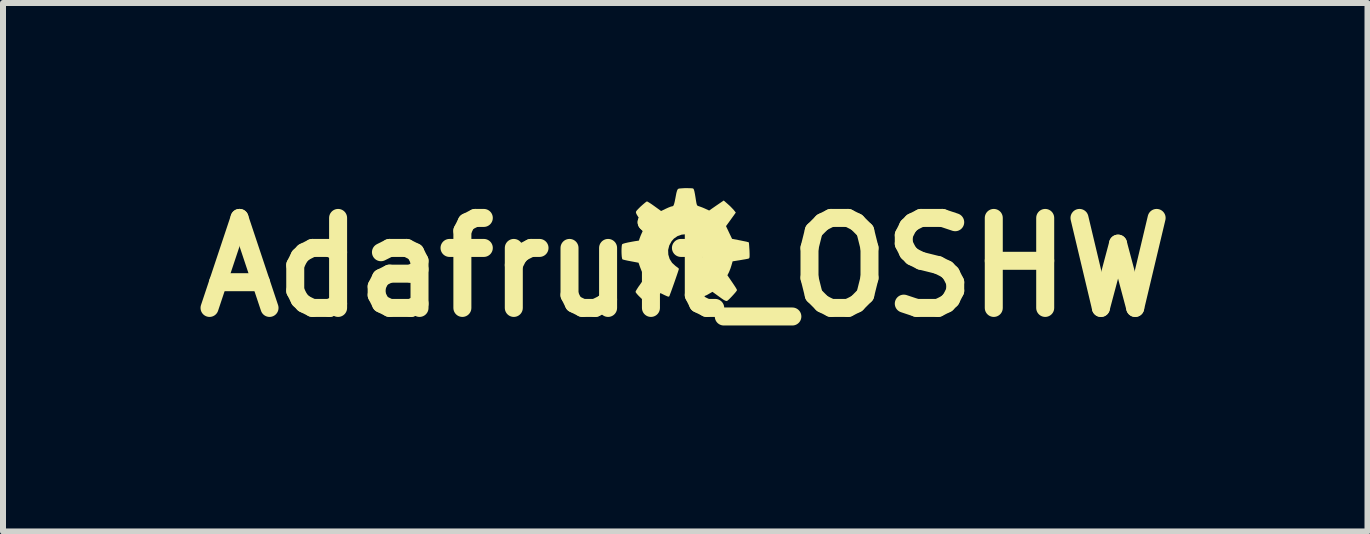
<source format=kicad_pcb>
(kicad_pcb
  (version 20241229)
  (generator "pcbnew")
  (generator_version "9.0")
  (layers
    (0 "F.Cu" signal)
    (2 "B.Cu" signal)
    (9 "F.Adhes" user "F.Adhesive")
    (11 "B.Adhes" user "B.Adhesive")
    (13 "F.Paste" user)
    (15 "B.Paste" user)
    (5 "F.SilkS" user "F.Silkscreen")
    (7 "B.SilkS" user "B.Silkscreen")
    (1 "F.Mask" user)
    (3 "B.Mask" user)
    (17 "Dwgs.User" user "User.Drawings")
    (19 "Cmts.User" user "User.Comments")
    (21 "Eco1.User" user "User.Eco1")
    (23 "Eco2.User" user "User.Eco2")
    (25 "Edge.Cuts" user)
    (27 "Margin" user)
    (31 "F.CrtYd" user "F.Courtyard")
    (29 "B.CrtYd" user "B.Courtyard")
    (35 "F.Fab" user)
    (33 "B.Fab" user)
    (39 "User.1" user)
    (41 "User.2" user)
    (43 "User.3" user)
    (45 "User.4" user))
  (footprint "Adafruit_OSHW"
    (layer "F.Cu")
    (at 8.371 1.404)
    (property "Reference" "Adafruit_OSHW" (at 0 0 0) (layer "F.SilkS") (effects (font (size 1.5 1.5) (thickness 0.3))))
    (attr board_only exclude_from_pos_files exclude_from_bom)
    (fp_poly (pts (xy 0.084 -1.317) (xy 0.118 -1.315) (xy 0.132 -1.312) (xy 0.142 -1.3) (xy 0.152 -1.269) (xy 0.162 -1.219) (xy 0.171 -1.165) (xy 0.18 -1.107) (xy 0.187 -1.067) (xy 0.194 -1.042) (xy 0.202 -1.028) (xy 0.213 -1.021) (xy 0.221 -1.019) (xy 0.247 -1.01) (xy 0.285 -0.996) (xy 0.325 -0.979) (xy 0.399 -0.945) (xy 0.52 -1.029) (xy 0.642 -1.112) (xy 0.708 -1.054) (xy 0.747 -1.019) (xy 0.783 -0.982) (xy 0.809 -0.954) (xy 0.843 -0.911) (xy 0.762 -0.798) (xy 0.68 -0.685) (xy 0.73 -0.579) (xy 0.781 -0.473) (xy 0.917 -0.447) (xy 0.97 -0.436) (xy 1.015 -0.427) (xy 1.046 -0.419) (xy 1.059 -0.415) (xy 1.062 -0.402) (xy 1.065 -0.37) (xy 1.068 -0.325) (xy 1.071 -0.281) (xy 1.073 -0.223) (xy 1.073 -0.185) (xy 1.071 -0.162) (xy 1.065 -0.15) (xy 1.058 -0.145) (xy 1.039 -0.14) (xy 1.003 -0.133) (xy 0.955 -0.125) (xy 0.915 -0.118) (xy 0.79 -0.098) (xy 0.77 -0.029) (xy 0.755 0.018) (xy 0.737 0.064) (xy 0.727 0.087) (xy 0.703 0.134) (xy 0.783 0.251) (xy 0.814 0.297) (xy 0.84 0.337) (xy 0.857 0.366) (xy 0.863 0.381) (xy 0.863 0.381) (xy 0.856 0.395) (xy 0.836 0.421) (xy 0.807 0.454) (xy 0.775 0.489) (xy 0.744 0.521) (xy 0.717 0.547) (xy 0.699 0.561) (xy 0.686 0.563) (xy 0.668 0.558) (xy 0.641 0.544) (xy 0.603 0.518) (xy 0.566 0.491) (xy 0.454 0.41) (xy 0.397 0.443) (xy 0.362 0.463) (xy 0.332 0.476) (xy 0.32 0.481) (xy 0.312 0.477) (xy 0.301 0.464) (xy 0.287 0.437) (xy 0.268 0.396) (xy 0.244 0.337) (xy 0.213 0.258) (xy 0.21 0.251) (xy 0.119 0.018) (xy 0.167 -0.014) (xy 0.22 -0.061) (xy 0.263 -0.122) (xy 0.292 -0.189) (xy 0.303 -0.256) (xy 0.303 -0.257) (xy 0.3 -0.286) (xy 0.292 -0.326) (xy 0.286 -0.345) (xy 0.254 -0.416) (xy 0.207 -0.472) (xy 0.148 -0.514) (xy 0.082 -0.54) (xy 0.011 -0.55) (xy -0.06 -0.543) (xy -0.128 -0.519) (xy -0.189 -0.477) (xy -0.227 -0.434) (xy -0.266 -0.363) (xy -0.285 -0.287) (xy -0.282 -0.211) (xy -0.26 -0.138) (xy -0.219 -0.073) (xy -0.16 -0.019) (xy -0.157 -0.017) (xy -0.128 0.004) (xy -0.109 0.021) (xy -0.105 0.027) (xy -0.109 0.04) (xy -0.119 0.072) (xy -0.134 0.117) (xy -0.153 0.172) (xy -0.174 0.233) (xy -0.196 0.295) (xy -0.217 0.354) (xy -0.236 0.407) (xy -0.252 0.449) (xy -0.262 0.477) (xy -0.266 0.485) (xy -0.276 0.491) (xy -0.297 0.486) (xy -0.333 0.47) (xy -0.342 0.466) (xy -0.411 0.432) (xy -0.518 0.505) (xy -0.562 0.536) (xy -0.6 0.562) (xy -0.627 0.58) (xy -0.638 0.587) (xy -0.653 0.584) (xy -0.682 0.564) (xy -0.721 0.53) (xy -0.74 0.512) (xy -0.777 0.476) (xy -0.806 0.444) (xy -0.824 0.42) (xy -0.828 0.411) (xy -0.822 0.394) (xy -0.804 0.364) (xy -0.779 0.325) (xy -0.76 0.299) (xy -0.731 0.257) (xy -0.705 0.221) (xy -0.689 0.197) (xy -0.684 0.189) (xy -0.684 0.172) (xy -0.693 0.141) (xy -0.707 0.108) (xy -0.728 0.06) (xy -0.748 0.01) (xy -0.758 -0.017) (xy -0.778 -0.075) (xy -0.905 -0.099) (xy -0.958 -0.109) (xy -1.003 -0.119) (xy -1.035 -0.127) (xy -1.047 -0.132) (xy -1.053 -0.147) (xy -1.058 -0.179) (xy -1.061 -0.223) (xy -1.062 -0.27) (xy -1.061 -0.317) (xy -1.058 -0.355) (xy -1.053 -0.38) (xy -1.051 -0.383) (xy -1.037 -0.391) (xy -1.004 -0.401) (xy -0.957 -0.412) (xy -0.9 -0.423) (xy -0.839 -0.434) (xy -0.777 -0.443) (xy -0.774 -0.443) (xy -0.769 -0.453) (xy -0.761 -0.478) (xy -0.758 -0.487) (xy -0.745 -0.521) (xy -0.726 -0.565) (xy -0.708 -0.604) (xy -0.673 -0.676) (xy -0.752 -0.792) (xy -0.786 -0.842) (xy -0.808 -0.878) (xy -0.819 -0.902) (xy -0.822 -0.918) (xy -0.818 -0.931) (xy -0.804 -0.95) (xy -0.778 -0.977) (xy -0.745 -1.01) (xy -0.709 -1.042) (xy -0.676 -1.07) (xy -0.651 -1.09) (xy -0.637 -1.097) (xy -0.623 -1.09) (xy -0.594 -1.073) (xy -0.555 -1.047) (xy -0.513 -1.017) (xy -0.402 -0.937) (xy -0.321 -0.976) (xy -0.279 -0.995) (xy -0.243 -1.009) (xy -0.221 -1.015) (xy -0.219 -1.015) (xy -0.206 -1.018) (xy -0.195 -1.029) (xy -0.186 -1.052) (xy -0.176 -1.09) (xy -0.165 -1.145) (xy -0.158 -1.182) (xy -0.147 -1.239) (xy -0.136 -1.277) (xy -0.125 -1.299) (xy -0.116 -1.307) (xy -0.096 -1.312) (xy -0.058 -1.315) (xy -0.011 -1.318) (xy 0.038 -1.318)) (stroke (width 0) (type solid)) (fill yes) (layer "F.SilkS")))
  (gr_rect
    (start -3 -3)
    (end 19.743 5.808)
    (stroke (width 0.1) (type default))
    (fill no)
    (layer "Edge.Cuts")))
</source>
